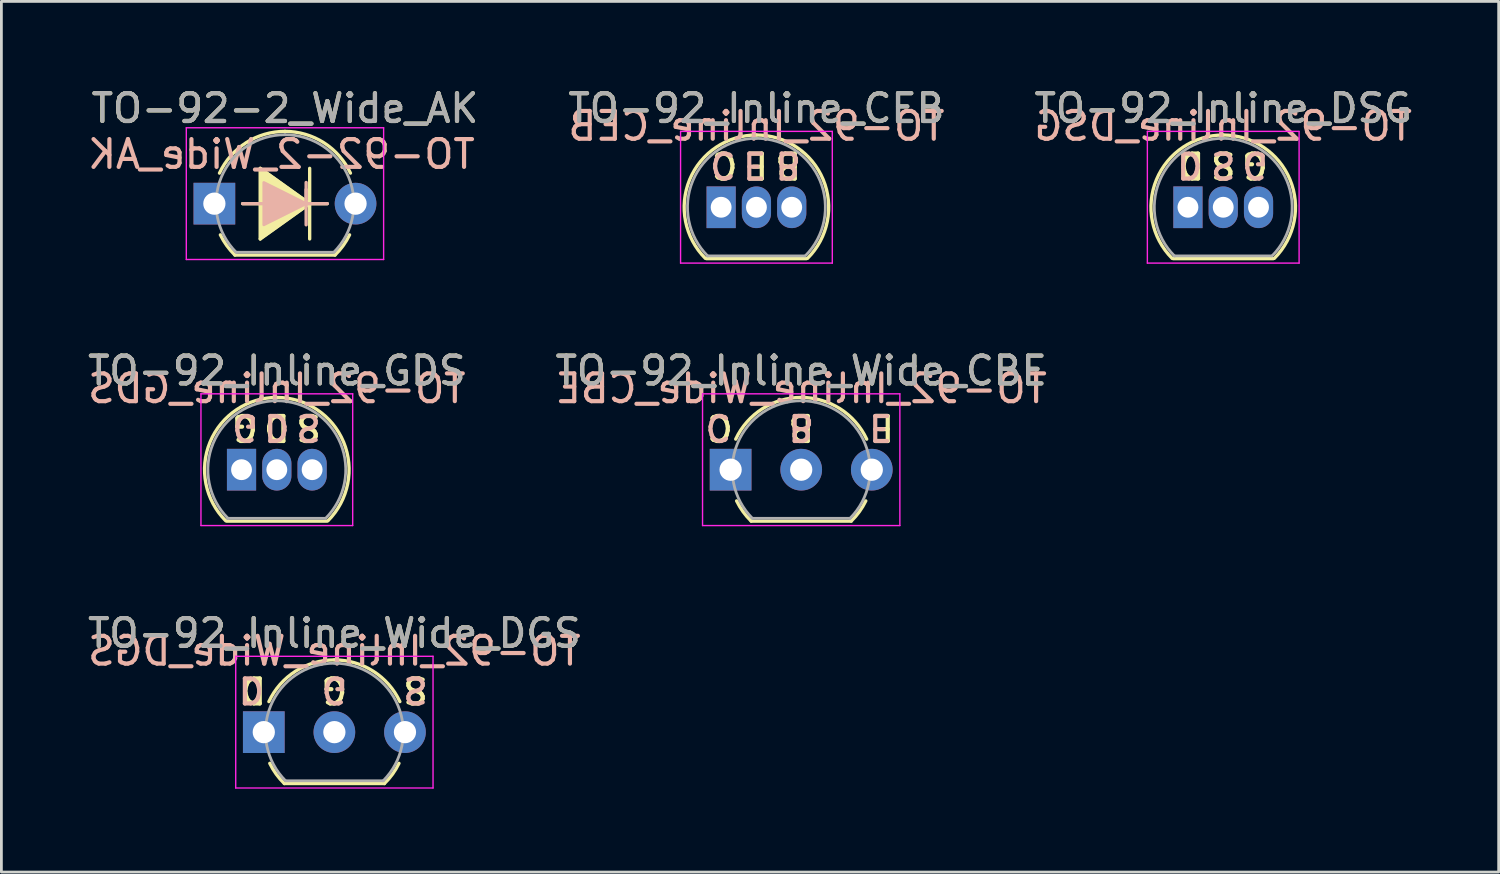
<source format=kicad_pcb>
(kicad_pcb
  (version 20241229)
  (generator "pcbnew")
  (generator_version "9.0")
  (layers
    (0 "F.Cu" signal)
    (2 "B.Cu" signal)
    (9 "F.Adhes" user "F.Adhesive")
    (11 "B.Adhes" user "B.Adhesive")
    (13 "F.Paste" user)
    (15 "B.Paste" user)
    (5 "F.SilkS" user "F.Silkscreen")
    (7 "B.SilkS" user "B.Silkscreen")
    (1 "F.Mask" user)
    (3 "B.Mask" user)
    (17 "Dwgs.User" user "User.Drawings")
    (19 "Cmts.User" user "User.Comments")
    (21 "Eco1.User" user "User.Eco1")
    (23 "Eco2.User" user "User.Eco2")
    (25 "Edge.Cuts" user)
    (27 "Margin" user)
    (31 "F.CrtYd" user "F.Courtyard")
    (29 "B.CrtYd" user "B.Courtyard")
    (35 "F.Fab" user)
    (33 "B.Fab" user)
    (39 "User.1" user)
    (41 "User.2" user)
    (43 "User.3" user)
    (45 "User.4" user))
  (footprint "TO-92_Inline_Wide_CBE"
    (layer "F.Cu")
    (at 23.24 13.851)
    (property "Reference" "TO-92_Inline_Wide_CBE" (at 2.54 -3.56 0) (layer "F.SilkS") (effects (font (size 1 1) (thickness 0.15))))
    (fp_line (start 0.74 1.85) (end 4.34 1.85) (stroke (width 0.12) (type solid)) (layer "F.SilkS"))
    (fp_arc (start 0.1836 -1.098807) (mid 1.143021 -2.192817) (end 2.54 -2.6) (stroke (width 0.12) (type solid)) (layer "F.SilkS"))
    (fp_arc (start 0.74 1.85) (mid 0.446097 1.509328) (end 0.215816 1.122795) (stroke (width 0.12) (type solid)) (layer "F.SilkS"))
    (fp_arc (start 2.54 -2.6) (mid 3.936979 -2.192818) (end 4.8964 -1.098807) (stroke (width 0.12) (type solid)) (layer "F.SilkS"))
    (fp_arc (start 4.864184 1.122795) (mid 4.633903 1.509328) (end 4.34 1.85) (stroke (width 0.12) (type solid)) (layer "F.SilkS"))
    (fp_line (start -1.01 -2.73) (end -1.01 2.01) (stroke (width 0.05) (type solid)) (layer "F.CrtYd"))
    (fp_line (start -1.01 -2.73) (end 6.09 -2.73) (stroke (width 0.05) (type solid)) (layer "F.CrtYd"))
    (fp_line (start 6.09 2.01) (end -1.01 2.01) (stroke (width 0.05) (type solid)) (layer "F.CrtYd"))
    (fp_line (start 6.09 2.01) (end 6.09 -2.73) (stroke (width 0.05) (type solid)) (layer "F.CrtYd"))
    (fp_line (start 0.8 1.75) (end 4.3 1.75) (stroke (width 0.1) (type solid)) (layer "F.Fab"))
    (fp_arc (start 0.786375 1.753625) (mid 0.248779 -0.949055) (end 2.54 -2.48) (stroke (width 0.1) (type solid)) (layer "F.Fab"))
    (fp_arc (start 2.54 -2.48) (mid 4.831221 -0.949055) (end 4.293625 1.753625) (stroke (width 0.1) (type solid)) (layer "F.Fab"))
    (fp_text user "B" (at 2.54 -1.524 180) (unlocked yes) (layer "F.SilkS") (effects (font (size 0.9 0.9) (thickness 0.15))))
    (fp_text user "C" (at -0.381 -1.524 180) (unlocked yes) (layer "F.SilkS") (effects (font (size 0.9 0.9) (thickness 0.15))))
    (fp_text user "E" (at 5.461 -1.524 180) (unlocked yes) (layer "F.SilkS") (effects (font (size 0.9 0.9) (thickness 0.15))))
    (fp_text user "C" (at -0.445 -1.524 180) (unlocked yes) (layer "B.SilkS") (effects (font (size 0.9 0.9) (thickness 0.15)) (justify mirror)))
    (fp_text user "E" (at 5.397 -1.524 180) (unlocked yes) (layer "B.SilkS") (effects (font (size 0.9 0.9) (thickness 0.15)) (justify mirror)))
    (fp_text user "B" (at 2.54 -1.524 180) (unlocked yes) (layer "B.SilkS") (effects (font (size 0.9 0.9) (thickness 0.15)) (justify mirror)))
    (fp_text user "${REFERENCE}" (at 2.54 -2.921 0) (layer "B.SilkS") (effects (font (size 1 1) (thickness 0.15)) (justify mirror)))
    (fp_text user "${REFERENCE}" (at 2.54 -3.56 0) (layer "F.Fab") (effects (font (size 1 1) (thickness 0.15))))
    (pad "1" thru_hole rect (at 0 0 90) (size 1.5 1.5) (drill 0.8) (layers "*.Cu" "*.Mask"))
    (pad "2" thru_hole circle (at 2.54 0 90) (size 1.5 1.5) (drill 0.8) (layers "*.Cu" "*.Mask"))
    (pad "3" thru_hole circle (at 5.08 0 90) (size 1.5 1.5) (drill 0.8) (layers "*.Cu" "*.Mask")))
  (footprint "TO-92_Inline_Wide_DGS"
    (layer "F.Cu")
    (at 6.442 23.295)
    (property "Reference" "TO-92_Inline_Wide_DGS" (at 2.54 -3.56 0) (layer "F.SilkS") (effects (font (size 1 1) (thickness 0.15))))
    (fp_line (start 0.74 1.85) (end 4.34 1.85) (stroke (width 0.12) (type solid)) (layer "F.SilkS"))
    (fp_arc (start 0.1836 -1.098807) (mid 1.143021 -2.192817) (end 2.54 -2.6) (stroke (width 0.12) (type solid)) (layer "F.SilkS"))
    (fp_arc (start 0.74 1.85) (mid 0.446097 1.509328) (end 0.215816 1.122795) (stroke (width 0.12) (type solid)) (layer "F.SilkS"))
    (fp_arc (start 2.54 -2.6) (mid 3.936979 -2.192818) (end 4.8964 -1.098807) (stroke (width 0.12) (type solid)) (layer "F.SilkS"))
    (fp_arc (start 4.864184 1.122795) (mid 4.633903 1.509328) (end 4.34 1.85) (stroke (width 0.12) (type solid)) (layer "F.SilkS"))
    (fp_line (start -1.01 -2.73) (end -1.01 2.01) (stroke (width 0.05) (type solid)) (layer "F.CrtYd"))
    (fp_line (start -1.01 -2.73) (end 6.09 -2.73) (stroke (width 0.05) (type solid)) (layer "F.CrtYd"))
    (fp_line (start 6.09 2.01) (end -1.01 2.01) (stroke (width 0.05) (type solid)) (layer "F.CrtYd"))
    (fp_line (start 6.09 2.01) (end 6.09 -2.73) (stroke (width 0.05) (type solid)) (layer "F.CrtYd"))
    (fp_line (start 0.8 1.75) (end 4.3 1.75) (stroke (width 0.1) (type solid)) (layer "F.Fab"))
    (fp_arc (start 0.786375 1.753625) (mid 0.248779 -0.949055) (end 2.54 -2.48) (stroke (width 0.1) (type solid)) (layer "F.Fab"))
    (fp_arc (start 2.54 -2.48) (mid 4.831221 -0.949055) (end 4.293625 1.753625) (stroke (width 0.1) (type solid)) (layer "F.Fab"))
    (fp_text user "S" (at 5.461 -1.524 180) (unlocked yes) (layer "F.SilkS") (effects (font (size 0.9 0.9) (thickness 0.15))))
    (fp_text user "D" (at -0.381 -1.524 180) (unlocked yes) (layer "F.SilkS") (effects (font (size 0.9 0.9) (thickness 0.15))))
    (fp_text user "G" (at 2.54 -1.524 180) (unlocked yes) (layer "F.SilkS") (effects (font (size 0.9 0.9) (thickness 0.15))))
    (fp_text user "G" (at 2.54 -1.524 180) (unlocked yes) (layer "B.SilkS") (effects (font (size 0.9 0.9) (thickness 0.15)) (justify mirror)))
    (fp_text user "${REFERENCE}" (at 2.54 -2.921 0) (layer "B.SilkS") (effects (font (size 1 1) (thickness 0.15)) (justify mirror)))
    (fp_text user "D" (at -0.445 -1.524 180) (unlocked yes) (layer "B.SilkS") (effects (font (size 0.9 0.9) (thickness 0.15)) (justify mirror)))
    (fp_text user "S" (at 5.461 -1.524 180) (unlocked yes) (layer "B.SilkS") (effects (font (size 0.9 0.9) (thickness 0.15)) (justify mirror)))
    (fp_text user "${REFERENCE}" (at 2.54 -3.56 0) (layer "F.Fab") (effects (font (size 1 1) (thickness 0.15))))
    (pad "1" thru_hole rect (at 0 0 90) (size 1.5 1.5) (drill 0.8) (layers "*.Cu" "*.Mask"))
    (pad "2" thru_hole circle (at 2.54 0 90) (size 1.5 1.5) (drill 0.8) (layers "*.Cu" "*.Mask"))
    (pad "3" thru_hole circle (at 5.08 0 90) (size 1.5 1.5) (drill 0.8) (layers "*.Cu" "*.Mask")))
  (footprint "TO-92_Inline_GDS"
    (layer "F.Cu")
    (at 5.641 13.851)
    (property "Reference" "TO-92_Inline_GDS" (at 1.27 -3.56 0) (layer "F.SilkS") (effects (font (size 1 1) (thickness 0.15))))
    (fp_line (start -0.53 1.85) (end 3.07 1.85) (stroke (width 0.12) (type solid)) (layer "F.SilkS"))
    (fp_arc (start -0.568478 1.838478) (mid -1.132087 -0.994977) (end 1.27 -2.6) (stroke (width 0.12) (type solid)) (layer "F.SilkS"))
    (fp_arc (start 1.27 -2.6) (mid 3.672087 -0.994977) (end 3.108478 1.838478) (stroke (width 0.12) (type solid)) (layer "F.SilkS"))
    (fp_line (start -1.46 -2.73) (end -1.46 2.01) (stroke (width 0.05) (type solid)) (layer "F.CrtYd"))
    (fp_line (start -1.46 -2.73) (end 4 -2.73) (stroke (width 0.05) (type solid)) (layer "F.CrtYd"))
    (fp_line (start 4 2.01) (end -1.46 2.01) (stroke (width 0.05) (type solid)) (layer "F.CrtYd"))
    (fp_line (start 4 2.01) (end 4 -2.73) (stroke (width 0.05) (type solid)) (layer "F.CrtYd"))
    (fp_line (start -0.5 1.75) (end 3 1.75) (stroke (width 0.1) (type solid)) (layer "F.Fab"))
    (fp_arc (start -0.483625 1.753625) (mid -1.021221 -0.949055) (end 1.27 -2.48) (stroke (width 0.1) (type solid)) (layer "F.Fab"))
    (fp_arc (start 1.27 -2.48) (mid 3.561221 -0.949055) (end 3.023625 1.753625) (stroke (width 0.1) (type solid)) (layer "F.Fab"))
    (fp_text user "D" (at 1.27 -1.524 180) (unlocked yes) (layer "F.SilkS") (effects (font (size 0.9 0.9) (thickness 0.15))))
    (fp_text user "S" (at 2.413 -1.524 180) (unlocked yes) (layer "F.SilkS") (effects (font (size 0.9 0.9) (thickness 0.15))))
    (fp_text user "G" (at 0.127 -1.524 180) (unlocked yes) (layer "F.SilkS") (effects (font (size 0.9 0.9) (thickness 0.15))))
    (fp_text user "S" (at 2.413 -1.524 180) (unlocked yes) (layer "B.SilkS") (effects (font (size 0.9 0.9) (thickness 0.15)) (justify mirror)))
    (fp_text user "D" (at 1.27 -1.524 180) (unlocked yes) (layer "B.SilkS") (effects (font (size 0.9 0.9) (thickness 0.15)) (justify mirror)))
    (fp_text user "${REFERENCE}" (at 1.27 -2.921 0) (layer "B.SilkS") (effects (font (size 1 1) (thickness 0.15)) (justify mirror)))
    (fp_text user "G" (at 0.127 -1.524 180) (unlocked yes) (layer "B.SilkS") (effects (font (size 0.9 0.9) (thickness 0.15)) (justify mirror)))
    (fp_text user "${REFERENCE}" (at 1.27 -3.56 0) (layer "F.Fab") (effects (font (size 1 1) (thickness 0.15))))
    (pad "1" thru_hole rect (at 0 0) (size 1.05 1.5) (drill 0.75) (layers "*.Cu" "*.Mask"))
    (pad "2" thru_hole oval (at 1.27 0) (size 1.05 1.5) (drill 0.75) (layers "*.Cu" "*.Mask"))
    (pad "3" thru_hole oval (at 2.54 0) (size 1.05 1.5) (drill 0.75) (layers "*.Cu" "*.Mask")))
  (footprint "TO-92_Inline_CEB"
    (layer "F.Cu")
    (at 22.899 4.408)
    (property "Reference" "TO-92_Inline_CEB" (at 1.27 -3.56 0) (layer "F.SilkS") (effects (font (size 1 1) (thickness 0.15))))
    (fp_line (start -0.53 1.85) (end 3.07 1.85) (stroke (width 0.12) (type solid)) (layer "F.SilkS"))
    (fp_arc (start -0.568478 1.838478) (mid -1.132087 -0.994977) (end 1.27 -2.6) (stroke (width 0.12) (type solid)) (layer "F.SilkS"))
    (fp_arc (start 1.27 -2.6) (mid 3.672087 -0.994977) (end 3.108478 1.838478) (stroke (width 0.12) (type solid)) (layer "F.SilkS"))
    (fp_line (start -1.46 -2.73) (end -1.46 2.01) (stroke (width 0.05) (type solid)) (layer "F.CrtYd"))
    (fp_line (start -1.46 -2.73) (end 4 -2.73) (stroke (width 0.05) (type solid)) (layer "F.CrtYd"))
    (fp_line (start 4 2.01) (end -1.46 2.01) (stroke (width 0.05) (type solid)) (layer "F.CrtYd"))
    (fp_line (start 4 2.01) (end 4 -2.73) (stroke (width 0.05) (type solid)) (layer "F.CrtYd"))
    (fp_line (start -0.5 1.75) (end 3 1.75) (stroke (width 0.1) (type solid)) (layer "F.Fab"))
    (fp_arc (start -0.483625 1.753625) (mid -1.021221 -0.949055) (end 1.27 -2.48) (stroke (width 0.1) (type solid)) (layer "F.Fab"))
    (fp_arc (start 1.27 -2.48) (mid 3.561221 -0.949055) (end 3.023625 1.753625) (stroke (width 0.1) (type solid)) (layer "F.Fab"))
    (fp_text user "B" (at 2.413 -1.524 180) (unlocked yes) (layer "F.SilkS") (effects (font (size 0.9 0.9) (thickness 0.15))))
    (fp_text user "E" (at 1.27 -1.524 180) (unlocked yes) (layer "F.SilkS") (effects (font (size 0.9 0.9) (thickness 0.15))))
    (fp_text user "C" (at 0.127 -1.524 180) (unlocked yes) (layer "F.SilkS") (effects (font (size 0.9 0.9) (thickness 0.15))))
    (fp_text user "C" (at 0.064 -1.524 180) (unlocked yes) (layer "B.SilkS") (effects (font (size 0.9 0.9) (thickness 0.15)) (justify mirror)))
    (fp_text user "B" (at 2.413 -1.524 180) (unlocked yes) (layer "B.SilkS") (effects (font (size 0.9 0.9) (thickness 0.15)) (justify mirror)))
    (fp_text user "${REFERENCE}" (at 1.27 -2.921 0) (layer "B.SilkS") (effects (font (size 1 1) (thickness 0.15)) (justify mirror)))
    (fp_text user "E" (at 1.206 -1.524 180) (unlocked yes) (layer "B.SilkS") (effects (font (size 0.9 0.9) (thickness 0.15)) (justify mirror)))
    (fp_text user "${REFERENCE}" (at 1.27 -3.56 0) (layer "F.Fab") (effects (font (size 1 1) (thickness 0.15))))
    (pad "1" thru_hole rect (at 0 0) (size 1.05 1.5) (drill 0.75) (layers "*.Cu" "*.Mask"))
    (pad "2" thru_hole oval (at 1.27 0) (size 1.05 1.5) (drill 0.75) (layers "*.Cu" "*.Mask"))
    (pad "3" thru_hole oval (at 2.54 0) (size 1.05 1.5) (drill 0.75) (layers "*.Cu" "*.Mask")))
  (footprint "TO-92_Inline_DSG"
    (layer "F.Cu")
    (at 39.696 4.408)
    (property "Reference" "TO-92_Inline_DSG" (at 1.27 -3.56 0) (layer "F.SilkS") (effects (font (size 1 1) (thickness 0.15))))
    (fp_line (start -0.53 1.85) (end 3.07 1.85) (stroke (width 0.12) (type solid)) (layer "F.SilkS"))
    (fp_arc (start -0.568478 1.838478) (mid -1.132087 -0.994977) (end 1.27 -2.6) (stroke (width 0.12) (type solid)) (layer "F.SilkS"))
    (fp_arc (start 1.27 -2.6) (mid 3.672087 -0.994977) (end 3.108478 1.838478) (stroke (width 0.12) (type solid)) (layer "F.SilkS"))
    (fp_line (start -1.46 -2.73) (end -1.46 2.01) (stroke (width 0.05) (type solid)) (layer "F.CrtYd"))
    (fp_line (start -1.46 -2.73) (end 4 -2.73) (stroke (width 0.05) (type solid)) (layer "F.CrtYd"))
    (fp_line (start 4 2.01) (end -1.46 2.01) (stroke (width 0.05) (type solid)) (layer "F.CrtYd"))
    (fp_line (start 4 2.01) (end 4 -2.73) (stroke (width 0.05) (type solid)) (layer "F.CrtYd"))
    (fp_line (start -0.5 1.75) (end 3 1.75) (stroke (width 0.1) (type solid)) (layer "F.Fab"))
    (fp_arc (start -0.483625 1.753625) (mid -1.021221 -0.949055) (end 1.27 -2.48) (stroke (width 0.1) (type solid)) (layer "F.Fab"))
    (fp_arc (start 1.27 -2.48) (mid 3.561221 -0.949055) (end 3.023625 1.753625) (stroke (width 0.1) (type solid)) (layer "F.Fab"))
    (fp_text user "S" (at 1.27 -1.524 180) (unlocked yes) (layer "F.SilkS") (effects (font (size 0.9 0.9) (thickness 0.15))))
    (fp_text user "D" (at 0.127 -1.524 180) (unlocked yes) (layer "F.SilkS") (effects (font (size 0.9 0.9) (thickness 0.15))))
    (fp_text user "G" (at 2.413 -1.524 180) (unlocked yes) (layer "F.SilkS") (effects (font (size 0.9 0.9) (thickness 0.15))))
    (fp_text user "G" (at 2.413 -1.524 180) (unlocked yes) (layer "B.SilkS") (effects (font (size 0.9 0.9) (thickness 0.15)) (justify mirror)))
    (fp_text user "D" (at 0.064 -1.524 180) (unlocked yes) (layer "B.SilkS") (effects (font (size 0.9 0.9) (thickness 0.15)) (justify mirror)))
    (fp_text user "${REFERENCE}" (at 1.27 -2.921 0) (layer "B.SilkS") (effects (font (size 1 1) (thickness 0.15)) (justify mirror)))
    (fp_text user "S" (at 1.27 -1.524 180) (unlocked yes) (layer "B.SilkS") (effects (font (size 0.9 0.9) (thickness 0.15)) (justify mirror)))
    (fp_text user "${REFERENCE}" (at 1.27 -3.56 0) (layer "F.Fab") (effects (font (size 1 1) (thickness 0.15))))
    (pad "1" thru_hole rect (at 0 0) (size 1.05 1.5) (drill 0.75) (layers "*.Cu" "*.Mask"))
    (pad "2" thru_hole oval (at 1.27 0) (size 1.05 1.5) (drill 0.75) (layers "*.Cu" "*.Mask"))
    (pad "3" thru_hole oval (at 2.54 0) (size 1.05 1.5) (drill 0.75) (layers "*.Cu" "*.Mask")))
  (footprint "TO-92-2_Wide_AK"
    (layer "F.Cu")
    (at 4.664 4.278)
    (property "Reference" "TO-92-2_Wide_AK" (at 2.54 -3.43 0) (layer "F.SilkS") (effects (font (size 1 1) (thickness 0.15))))
    (fp_line (start 0.74 1.85) (end 4.34 1.85) (stroke (width 0.12) (type solid)) (layer "F.SilkS"))
    (fp_line (start 1.016 0) (end 1.651 0) (stroke (width 0.12) (type solid)) (layer "F.SilkS"))
    (fp_line (start 1.651 -1.27) (end 3.429 0) (stroke (width 0.12) (type solid)) (layer "F.SilkS"))
    (fp_line (start 1.651 1.27) (end 1.651 -1.27) (stroke (width 0.12) (type solid)) (layer "F.SilkS"))
    (fp_line (start 3.429 -1.27) (end 3.429 0) (stroke (width 0.12) (type solid)) (layer "F.SilkS"))
    (fp_line (start 3.429 0) (end 1.651 1.27) (stroke (width 0.12) (type solid)) (layer "F.SilkS"))
    (fp_line (start 3.429 0) (end 3.429 1.27) (stroke (width 0.12) (type solid)) (layer "F.SilkS"))
    (fp_line (start 4.064 0) (end 3.429 0) (stroke (width 0.12) (type solid)) (layer "F.SilkS"))
    (fp_arc (start 0.1836 -1.098807) (mid 1.143021 -2.192817) (end 2.54 -2.6) (stroke (width 0.12) (type solid)) (layer "F.SilkS"))
    (fp_arc (start 0.74 1.85) (mid 0.446097 1.509328) (end 0.215816 1.122795) (stroke (width 0.12) (type solid)) (layer "F.SilkS"))
    (fp_arc (start 2.54 -2.6) (mid 3.936979 -2.192818) (end 4.8964 -1.098807) (stroke (width 0.12) (type solid)) (layer "F.SilkS"))
    (fp_arc (start 4.864184 1.122795) (mid 4.633903 1.509328) (end 4.34 1.85) (stroke (width 0.12) (type solid)) (layer "F.SilkS"))
    (fp_poly (pts (xy 1.651 -1.27) (xy 3.429 0) (xy 1.651 1.27)) (stroke (width 0.1) (type solid)) (fill yes) (layer "F.SilkS"))
    (fp_line (start 1.016 0) (end 1.778 0) (stroke (width 0.12) (type solid)) (layer "B.SilkS"))
    (fp_line (start 3.302 0) (end 3.302 -0.762) (stroke (width 0.12) (type solid)) (layer "B.SilkS"))
    (fp_line (start 3.302 0.762) (end 3.302 -0.508) (stroke (width 0.12) (type solid)) (layer "B.SilkS"))
    (fp_line (start 4.064 0) (end 3.302 0) (stroke (width 0.12) (type solid)) (layer "B.SilkS"))
    (fp_poly (pts (xy 1.778 0.762) (xy 3.302 0) (xy 1.778 -0.762)) (stroke (width 0.1) (type solid)) (fill yes) (layer "B.SilkS"))
    (fp_line (start -1.01 -2.73) (end -1.01 2.01) (stroke (width 0.05) (type solid)) (layer "F.CrtYd"))
    (fp_line (start -1.01 -2.73) (end 6.09 -2.73) (stroke (width 0.05) (type solid)) (layer "F.CrtYd"))
    (fp_line (start 6.09 2.01) (end -1.01 2.01) (stroke (width 0.05) (type solid)) (layer "F.CrtYd"))
    (fp_line (start 6.09 2.01) (end 6.09 -2.73) (stroke (width 0.05) (type solid)) (layer "F.CrtYd"))
    (fp_line (start 0.8 1.75) (end 4.3 1.75) (stroke (width 0.1) (type solid)) (layer "F.Fab"))
    (fp_arc (start 0.786375 1.753625) (mid 0.248779 -0.949055) (end 2.54 -2.48) (stroke (width 0.1) (type solid)) (layer "F.Fab"))
    (fp_arc (start 2.54 -2.48) (mid 4.831221 -0.949055) (end 4.293625 1.753625) (stroke (width 0.1) (type solid)) (layer "F.Fab"))
    (fp_text user "${REFERENCE}" (at 2.413 -1.778 0) (layer "B.SilkS") (effects (font (size 1 1) (thickness 0.15)) (justify mirror)))
    (fp_text user "${REFERENCE}" (at 2.54 -3.43 0) (layer "F.Fab") (effects (font (size 1 1) (thickness 0.15))))
    (pad "1" thru_hole rect (at 0 0 90) (size 1.5 1.5) (drill 0.8) (layers "*.Cu" "*.Mask"))
    (pad "2" thru_hole circle (at 5.08 0 90) (size 1.5 1.5) (drill 0.8) (layers "*.Cu" "*.Mask")))
  (gr_rect
    (start -3 -3)
    (end 50.877 28.33)
    (stroke (width 0.1) (type default))
    (fill no)
    (layer "Edge.Cuts")))
</source>
